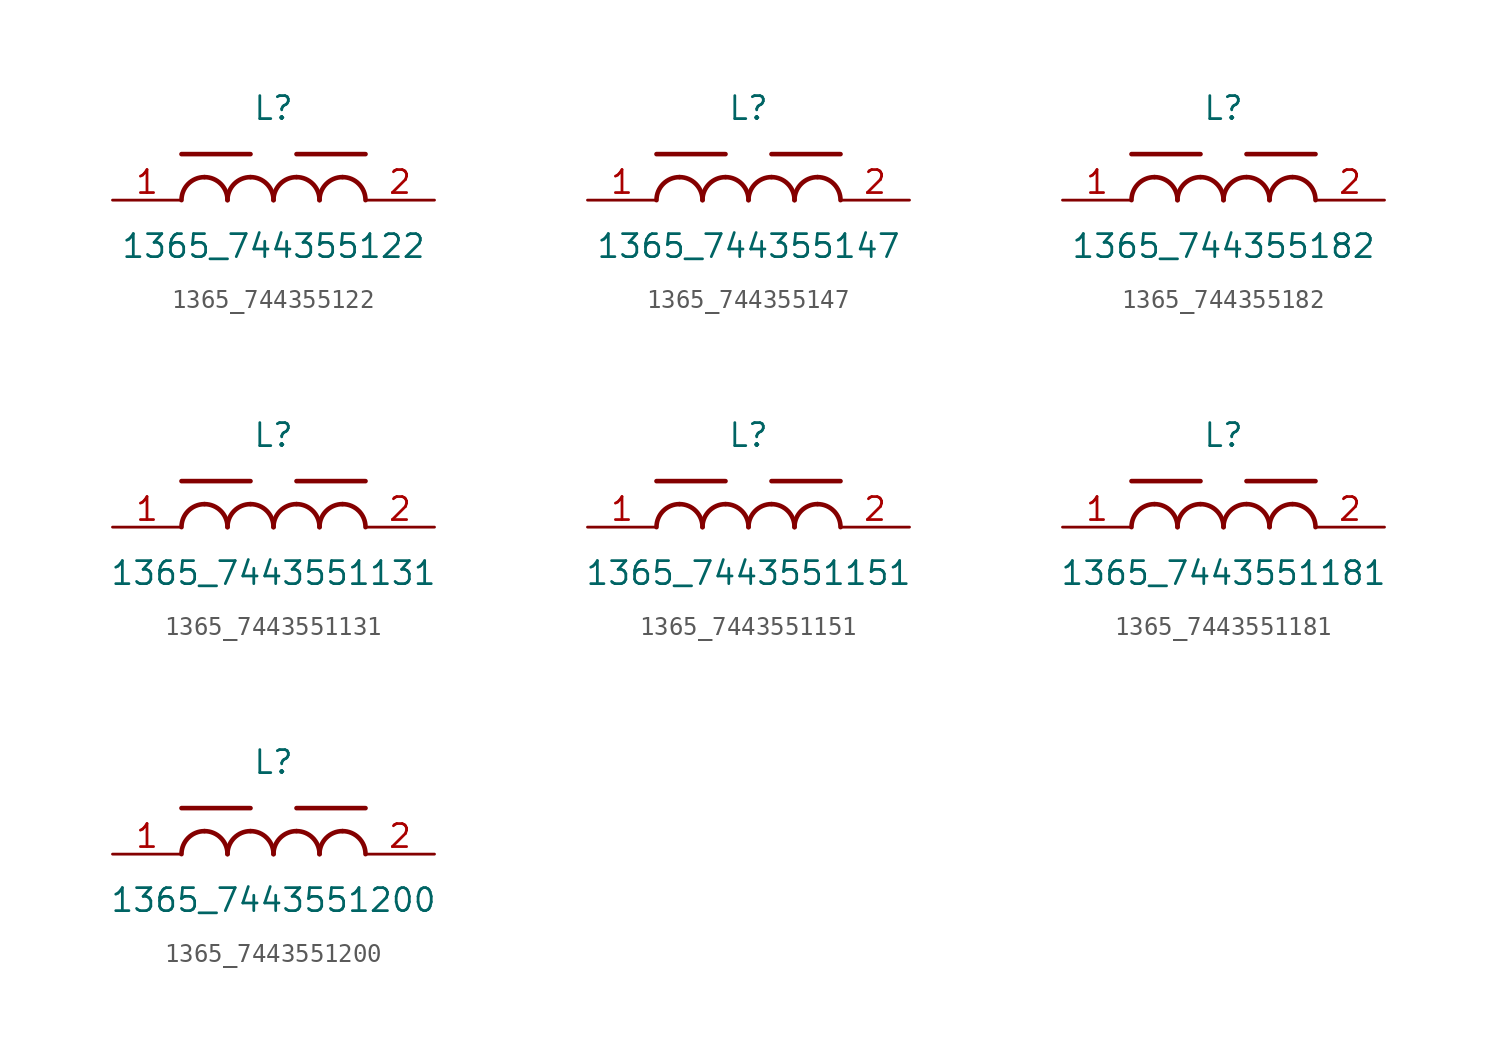
<source format=kicad_sym>
(kicad_symbol_lib
  (version 20211014)
  (generator kicad_symbol_editor)
  (symbol "Inductor_Wurth_WE-HCI:1365_744355122"
    (pin_names hide)
    (property "Reference" "L"
      (at 0 5.08 0)
      (effects (font (size 1.27 1.27))))
    (property "Value" "1365_744355122"
      (at 0 -2.54 0)
      (effects (font (size 1.27 1.27))))
    (symbol "1365_744355122_0_1"
      (arc (start -3.81 1.27) (mid -4.708 0.898) (end -5.08 0) (stroke (width 0.254) (type default) (color 0 0 0 0)) (fill (type none)))
      (arc (start -2.54 0) (mid -2.912 0.898) (end -3.81 1.27) (stroke (width 0.254) (type default) (color 0 0 0 0)) (fill (type none)))
      (arc (start -1.2699 1.2701) (mid -2.1679 0.8981) (end -2.5399 0.0001) (stroke (width 0.254) (type default) (color 0 0 0 0)) (fill (type none)))
      (polyline (pts (xy -5.08 2.54) (xy -1.27 2.54)) (stroke (width 0.254) (type default) (color 0 0 0 0)) (fill (type none)))
      (polyline (pts (xy 5.08 2.54) (xy 1.27 2.54)) (stroke (width 0.254) (type default) (color 0 0 0 0)) (fill (type none)))
      (arc (start 0.0001 0.0001) (mid -0.3719 0.8981) (end -1.2699 1.2701) (stroke (width 0.254) (type default) (color 0 0 0 0)) (fill (type none)))
      (arc (start 1.2701 1.2701) (mid 0.3721 0.8981) (end 0.0001 0.0001) (stroke (width 0.254) (type default) (color 0 0 0 0)) (fill (type none)))
      (arc (start 2.5401 0.0001) (mid 2.1681 0.8981) (end 1.2701 1.2701) (stroke (width 0.254) (type default) (color 0 0 0 0)) (fill (type none)))
      (arc (start 3.8101 1.2701) (mid 2.9121 0.8981) (end 2.5401 0.0001) (stroke (width 0.254) (type default) (color 0 0 0 0)) (fill (type none)))
      (arc (start 5.0801 0.0001) (mid 4.7081 0.8981) (end 3.8101 1.2701) (stroke (width 0.254) (type default) (color 0 0 0 0)) (fill (type none))))
    (symbol "1365_744355122_1_1"
      (pin passive line (at -8.89 0 0) (length 3.81) (name "1" (effects (font (size 1.27 1.27)))) (number "1" (effects (font (size 1.27 1.27)))))
      (pin passive line (at 8.89 0 180) (length 3.81) (name "2" (effects (font (size 1.27 1.27)))) (number "2" (effects (font (size 1.27 1.27)))))))
  (symbol "Inductor_Wurth_WE-HCI:1365_744355147"
    (pin_names hide)
    (property "Reference" "L"
      (at 0 5.08 0)
      (effects (font (size 1.27 1.27))))
    (property "Value" "1365_744355147"
      (at 0 -2.54 0)
      (effects (font (size 1.27 1.27))))
    (symbol "1365_744355147_0_1"
      (arc (start -3.81 1.27) (mid -4.708 0.898) (end -5.08 0) (stroke (width 0.254) (type default) (color 0 0 0 0)) (fill (type none)))
      (arc (start -2.54 0) (mid -2.912 0.898) (end -3.81 1.27) (stroke (width 0.254) (type default) (color 0 0 0 0)) (fill (type none)))
      (arc (start -1.2699 1.2701) (mid -2.1679 0.8981) (end -2.5399 0.0001) (stroke (width 0.254) (type default) (color 0 0 0 0)) (fill (type none)))
      (polyline (pts (xy -5.08 2.54) (xy -1.27 2.54)) (stroke (width 0.254) (type default) (color 0 0 0 0)) (fill (type none)))
      (polyline (pts (xy 5.08 2.54) (xy 1.27 2.54)) (stroke (width 0.254) (type default) (color 0 0 0 0)) (fill (type none)))
      (arc (start 0.0001 0.0001) (mid -0.3719 0.8981) (end -1.2699 1.2701) (stroke (width 0.254) (type default) (color 0 0 0 0)) (fill (type none)))
      (arc (start 1.2701 1.2701) (mid 0.3721 0.8981) (end 0.0001 0.0001) (stroke (width 0.254) (type default) (color 0 0 0 0)) (fill (type none)))
      (arc (start 2.5401 0.0001) (mid 2.1681 0.8981) (end 1.2701 1.2701) (stroke (width 0.254) (type default) (color 0 0 0 0)) (fill (type none)))
      (arc (start 3.8101 1.2701) (mid 2.9121 0.8981) (end 2.5401 0.0001) (stroke (width 0.254) (type default) (color 0 0 0 0)) (fill (type none)))
      (arc (start 5.0801 0.0001) (mid 4.7081 0.8981) (end 3.8101 1.2701) (stroke (width 0.254) (type default) (color 0 0 0 0)) (fill (type none))))
    (symbol "1365_744355147_1_1"
      (pin passive line (at -8.89 0 0) (length 3.81) (name "1" (effects (font (size 1.27 1.27)))) (number "1" (effects (font (size 1.27 1.27)))))
      (pin passive line (at 8.89 0 180) (length 3.81) (name "2" (effects (font (size 1.27 1.27)))) (number "2" (effects (font (size 1.27 1.27)))))))
  (symbol "Inductor_Wurth_WE-HCI:1365_744355182"
    (pin_names hide)
    (property "Reference" "L"
      (at 0 5.08 0)
      (effects (font (size 1.27 1.27))))
    (property "Value" "1365_744355182"
      (at 0 -2.54 0)
      (effects (font (size 1.27 1.27))))
    (symbol "1365_744355182_0_1"
      (arc (start -3.81 1.27) (mid -4.708 0.898) (end -5.08 0) (stroke (width 0.254) (type default) (color 0 0 0 0)) (fill (type none)))
      (arc (start -2.54 0) (mid -2.912 0.898) (end -3.81 1.27) (stroke (width 0.254) (type default) (color 0 0 0 0)) (fill (type none)))
      (arc (start -1.2699 1.2701) (mid -2.1679 0.8981) (end -2.5399 0.0001) (stroke (width 0.254) (type default) (color 0 0 0 0)) (fill (type none)))
      (polyline (pts (xy -5.08 2.54) (xy -1.27 2.54)) (stroke (width 0.254) (type default) (color 0 0 0 0)) (fill (type none)))
      (polyline (pts (xy 5.08 2.54) (xy 1.27 2.54)) (stroke (width 0.254) (type default) (color 0 0 0 0)) (fill (type none)))
      (arc (start 0.0001 0.0001) (mid -0.3719 0.8981) (end -1.2699 1.2701) (stroke (width 0.254) (type default) (color 0 0 0 0)) (fill (type none)))
      (arc (start 1.2701 1.2701) (mid 0.3721 0.8981) (end 0.0001 0.0001) (stroke (width 0.254) (type default) (color 0 0 0 0)) (fill (type none)))
      (arc (start 2.5401 0.0001) (mid 2.1681 0.8981) (end 1.2701 1.2701) (stroke (width 0.254) (type default) (color 0 0 0 0)) (fill (type none)))
      (arc (start 3.8101 1.2701) (mid 2.9121 0.8981) (end 2.5401 0.0001) (stroke (width 0.254) (type default) (color 0 0 0 0)) (fill (type none)))
      (arc (start 5.0801 0.0001) (mid 4.7081 0.8981) (end 3.8101 1.2701) (stroke (width 0.254) (type default) (color 0 0 0 0)) (fill (type none))))
    (symbol "1365_744355182_1_1"
      (pin passive line (at -8.89 0 0) (length 3.81) (name "1" (effects (font (size 1.27 1.27)))) (number "1" (effects (font (size 1.27 1.27)))))
      (pin passive line (at 8.89 0 180) (length 3.81) (name "2" (effects (font (size 1.27 1.27)))) (number "2" (effects (font (size 1.27 1.27)))))))
  (symbol "Inductor_Wurth_WE-HCI:1365_7443551131"
    (pin_names hide)
    (property "Reference" "L"
      (at 0 5.08 0)
      (effects (font (size 1.27 1.27))))
    (property "Value" "1365_7443551131"
      (at 0 -2.54 0)
      (effects (font (size 1.27 1.27))))
    (symbol "1365_7443551131_0_1"
      (arc (start -3.81 1.27) (mid -4.708 0.898) (end -5.08 0) (stroke (width 0.254) (type default) (color 0 0 0 0)) (fill (type none)))
      (arc (start -2.54 0) (mid -2.912 0.898) (end -3.81 1.27) (stroke (width 0.254) (type default) (color 0 0 0 0)) (fill (type none)))
      (arc (start -1.2699 1.2701) (mid -2.1679 0.8981) (end -2.5399 0.0001) (stroke (width 0.254) (type default) (color 0 0 0 0)) (fill (type none)))
      (polyline (pts (xy -5.08 2.54) (xy -1.27 2.54)) (stroke (width 0.254) (type default) (color 0 0 0 0)) (fill (type none)))
      (polyline (pts (xy 5.08 2.54) (xy 1.27 2.54)) (stroke (width 0.254) (type default) (color 0 0 0 0)) (fill (type none)))
      (arc (start 0.0001 0.0001) (mid -0.3719 0.8981) (end -1.2699 1.2701) (stroke (width 0.254) (type default) (color 0 0 0 0)) (fill (type none)))
      (arc (start 1.2701 1.2701) (mid 0.3721 0.8981) (end 0.0001 0.0001) (stroke (width 0.254) (type default) (color 0 0 0 0)) (fill (type none)))
      (arc (start 2.5401 0.0001) (mid 2.1681 0.8981) (end 1.2701 1.2701) (stroke (width 0.254) (type default) (color 0 0 0 0)) (fill (type none)))
      (arc (start 3.8101 1.2701) (mid 2.9121 0.8981) (end 2.5401 0.0001) (stroke (width 0.254) (type default) (color 0 0 0 0)) (fill (type none)))
      (arc (start 5.0801 0.0001) (mid 4.7081 0.8981) (end 3.8101 1.2701) (stroke (width 0.254) (type default) (color 0 0 0 0)) (fill (type none))))
    (symbol "1365_7443551131_1_1"
      (pin passive line (at -8.89 0 0) (length 3.81) (name "1" (effects (font (size 1.27 1.27)))) (number "1" (effects (font (size 1.27 1.27)))))
      (pin passive line (at 8.89 0 180) (length 3.81) (name "2" (effects (font (size 1.27 1.27)))) (number "2" (effects (font (size 1.27 1.27)))))))
  (symbol "Inductor_Wurth_WE-HCI:1365_7443551151"
    (pin_names hide)
    (property "Reference" "L"
      (at 0 5.08 0)
      (effects (font (size 1.27 1.27))))
    (property "Value" "1365_7443551151"
      (at 0 -2.54 0)
      (effects (font (size 1.27 1.27))))
    (symbol "1365_7443551151_0_1"
      (arc (start -3.81 1.27) (mid -4.708 0.898) (end -5.08 0) (stroke (width 0.254) (type default) (color 0 0 0 0)) (fill (type none)))
      (arc (start -2.54 0) (mid -2.912 0.898) (end -3.81 1.27) (stroke (width 0.254) (type default) (color 0 0 0 0)) (fill (type none)))
      (arc (start -1.2699 1.2701) (mid -2.1679 0.8981) (end -2.5399 0.0001) (stroke (width 0.254) (type default) (color 0 0 0 0)) (fill (type none)))
      (polyline (pts (xy -5.08 2.54) (xy -1.27 2.54)) (stroke (width 0.254) (type default) (color 0 0 0 0)) (fill (type none)))
      (polyline (pts (xy 5.08 2.54) (xy 1.27 2.54)) (stroke (width 0.254) (type default) (color 0 0 0 0)) (fill (type none)))
      (arc (start 0.0001 0.0001) (mid -0.3719 0.8981) (end -1.2699 1.2701) (stroke (width 0.254) (type default) (color 0 0 0 0)) (fill (type none)))
      (arc (start 1.2701 1.2701) (mid 0.3721 0.8981) (end 0.0001 0.0001) (stroke (width 0.254) (type default) (color 0 0 0 0)) (fill (type none)))
      (arc (start 2.5401 0.0001) (mid 2.1681 0.8981) (end 1.2701 1.2701) (stroke (width 0.254) (type default) (color 0 0 0 0)) (fill (type none)))
      (arc (start 3.8101 1.2701) (mid 2.9121 0.8981) (end 2.5401 0.0001) (stroke (width 0.254) (type default) (color 0 0 0 0)) (fill (type none)))
      (arc (start 5.0801 0.0001) (mid 4.7081 0.8981) (end 3.8101 1.2701) (stroke (width 0.254) (type default) (color 0 0 0 0)) (fill (type none))))
    (symbol "1365_7443551151_1_1"
      (pin passive line (at -8.89 0 0) (length 3.81) (name "1" (effects (font (size 1.27 1.27)))) (number "1" (effects (font (size 1.27 1.27)))))
      (pin passive line (at 8.89 0 180) (length 3.81) (name "2" (effects (font (size 1.27 1.27)))) (number "2" (effects (font (size 1.27 1.27)))))))
  (symbol "Inductor_Wurth_WE-HCI:1365_7443551181"
    (pin_names hide)
    (property "Reference" "L"
      (at 0 5.08 0)
      (effects (font (size 1.27 1.27))))
    (property "Value" "1365_7443551181"
      (at 0 -2.54 0)
      (effects (font (size 1.27 1.27))))
    (symbol "1365_7443551181_0_1"
      (arc (start -3.81 1.27) (mid -4.708 0.898) (end -5.08 0) (stroke (width 0.254) (type default) (color 0 0 0 0)) (fill (type none)))
      (arc (start -2.54 0) (mid -2.912 0.898) (end -3.81 1.27) (stroke (width 0.254) (type default) (color 0 0 0 0)) (fill (type none)))
      (arc (start -1.2699 1.2701) (mid -2.1679 0.8981) (end -2.5399 0.0001) (stroke (width 0.254) (type default) (color 0 0 0 0)) (fill (type none)))
      (polyline (pts (xy -5.08 2.54) (xy -1.27 2.54)) (stroke (width 0.254) (type default) (color 0 0 0 0)) (fill (type none)))
      (polyline (pts (xy 5.08 2.54) (xy 1.27 2.54)) (stroke (width 0.254) (type default) (color 0 0 0 0)) (fill (type none)))
      (arc (start 0.0001 0.0001) (mid -0.3719 0.8981) (end -1.2699 1.2701) (stroke (width 0.254) (type default) (color 0 0 0 0)) (fill (type none)))
      (arc (start 1.2701 1.2701) (mid 0.3721 0.8981) (end 0.0001 0.0001) (stroke (width 0.254) (type default) (color 0 0 0 0)) (fill (type none)))
      (arc (start 2.5401 0.0001) (mid 2.1681 0.8981) (end 1.2701 1.2701) (stroke (width 0.254) (type default) (color 0 0 0 0)) (fill (type none)))
      (arc (start 3.8101 1.2701) (mid 2.9121 0.8981) (end 2.5401 0.0001) (stroke (width 0.254) (type default) (color 0 0 0 0)) (fill (type none)))
      (arc (start 5.0801 0.0001) (mid 4.7081 0.8981) (end 3.8101 1.2701) (stroke (width 0.254) (type default) (color 0 0 0 0)) (fill (type none))))
    (symbol "1365_7443551181_1_1"
      (pin passive line (at -8.89 0 0) (length 3.81) (name "1" (effects (font (size 1.27 1.27)))) (number "1" (effects (font (size 1.27 1.27)))))
      (pin passive line (at 8.89 0 180) (length 3.81) (name "2" (effects (font (size 1.27 1.27)))) (number "2" (effects (font (size 1.27 1.27)))))))
  (symbol "Inductor_Wurth_WE-HCI:1365_7443551200"
    (pin_names hide)
    (property "Reference" "L"
      (at 0 5.08 0)
      (effects (font (size 1.27 1.27))))
    (property "Value" "1365_7443551200"
      (at 0 -2.54 0)
      (effects (font (size 1.27 1.27))))
    (symbol "1365_7443551200_0_1"
      (arc (start -3.81 1.27) (mid -4.708 0.898) (end -5.08 0) (stroke (width 0.254) (type default) (color 0 0 0 0)) (fill (type none)))
      (arc (start -2.54 0) (mid -2.912 0.898) (end -3.81 1.27) (stroke (width 0.254) (type default) (color 0 0 0 0)) (fill (type none)))
      (arc (start -1.2699 1.2701) (mid -2.1679 0.8981) (end -2.5399 0.0001) (stroke (width 0.254) (type default) (color 0 0 0 0)) (fill (type none)))
      (polyline (pts (xy -5.08 2.54) (xy -1.27 2.54)) (stroke (width 0.254) (type default) (color 0 0 0 0)) (fill (type none)))
      (polyline (pts (xy 5.08 2.54) (xy 1.27 2.54)) (stroke (width 0.254) (type default) (color 0 0 0 0)) (fill (type none)))
      (arc (start 0.0001 0.0001) (mid -0.3719 0.8981) (end -1.2699 1.2701) (stroke (width 0.254) (type default) (color 0 0 0 0)) (fill (type none)))
      (arc (start 1.2701 1.2701) (mid 0.3721 0.8981) (end 0.0001 0.0001) (stroke (width 0.254) (type default) (color 0 0 0 0)) (fill (type none)))
      (arc (start 2.5401 0.0001) (mid 2.1681 0.8981) (end 1.2701 1.2701) (stroke (width 0.254) (type default) (color 0 0 0 0)) (fill (type none)))
      (arc (start 3.8101 1.2701) (mid 2.9121 0.8981) (end 2.5401 0.0001) (stroke (width 0.254) (type default) (color 0 0 0 0)) (fill (type none)))
      (arc (start 5.0801 0.0001) (mid 4.7081 0.8981) (end 3.8101 1.2701) (stroke (width 0.254) (type default) (color 0 0 0 0)) (fill (type none))))
    (symbol "1365_7443551200_1_1"
      (pin passive line (at -8.89 0 0) (length 3.81) (name "1" (effects (font (size 1.27 1.27)))) (number "1" (effects (font (size 1.27 1.27)))))
      (pin passive line (at 8.89 0 180) (length 3.81) (name "2" (effects (font (size 1.27 1.27)))) (number "2" (effects (font (size 1.27 1.27))))))))
</source>
